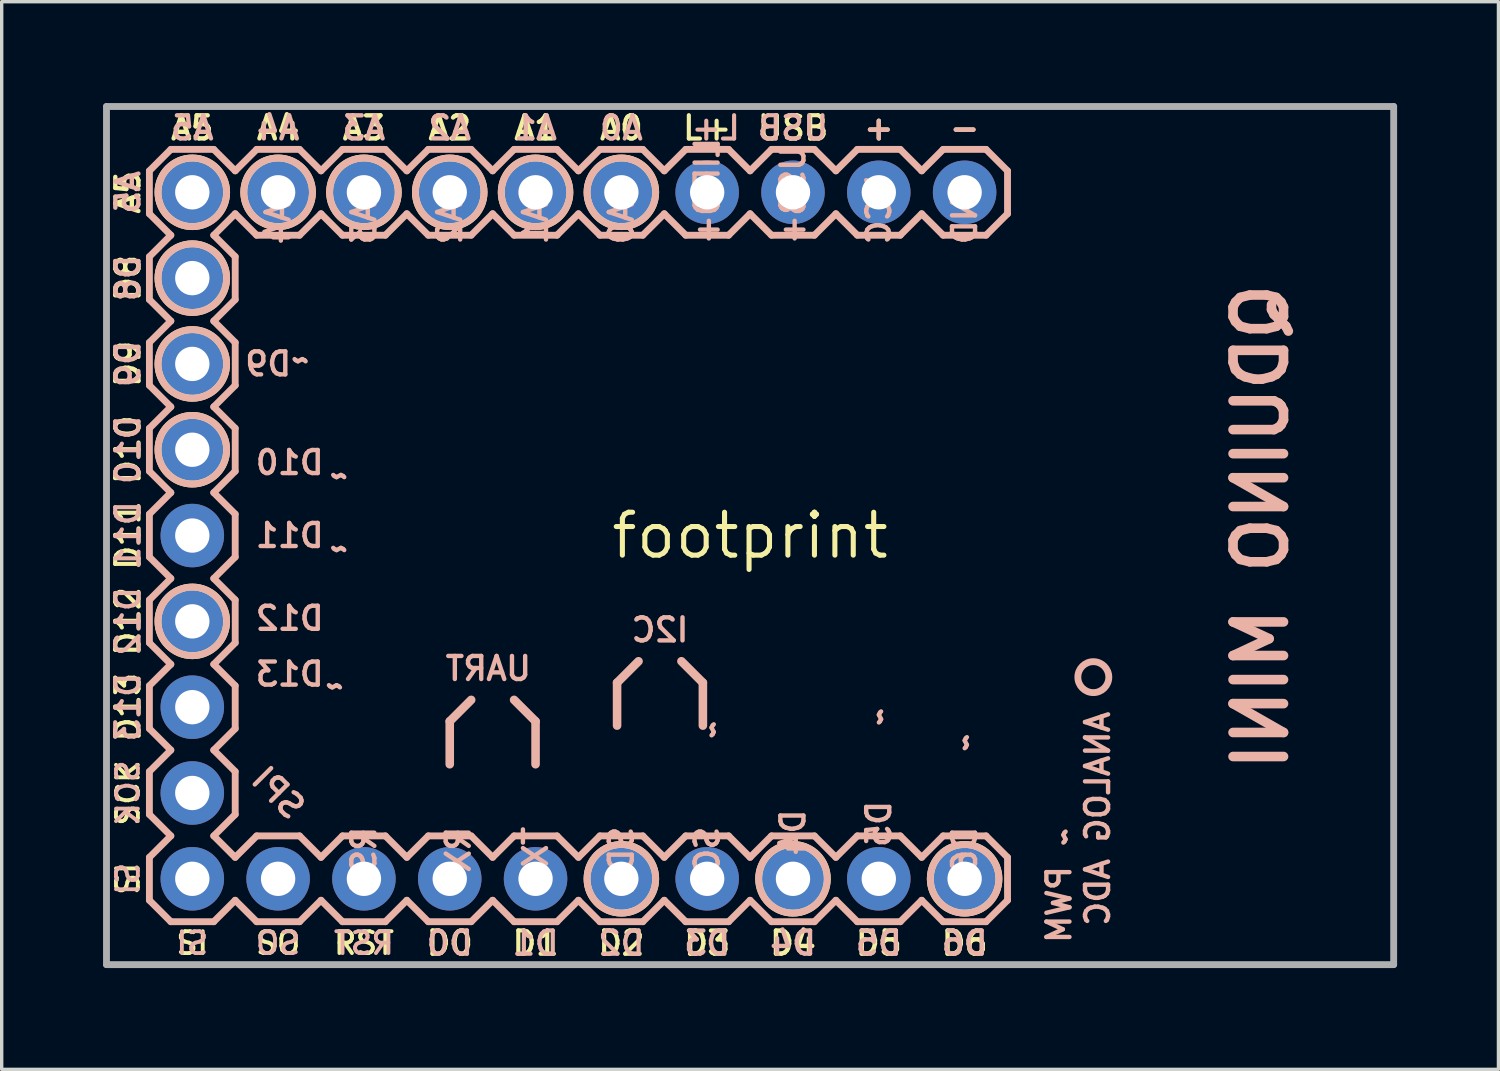
<source format=kicad_pcb>
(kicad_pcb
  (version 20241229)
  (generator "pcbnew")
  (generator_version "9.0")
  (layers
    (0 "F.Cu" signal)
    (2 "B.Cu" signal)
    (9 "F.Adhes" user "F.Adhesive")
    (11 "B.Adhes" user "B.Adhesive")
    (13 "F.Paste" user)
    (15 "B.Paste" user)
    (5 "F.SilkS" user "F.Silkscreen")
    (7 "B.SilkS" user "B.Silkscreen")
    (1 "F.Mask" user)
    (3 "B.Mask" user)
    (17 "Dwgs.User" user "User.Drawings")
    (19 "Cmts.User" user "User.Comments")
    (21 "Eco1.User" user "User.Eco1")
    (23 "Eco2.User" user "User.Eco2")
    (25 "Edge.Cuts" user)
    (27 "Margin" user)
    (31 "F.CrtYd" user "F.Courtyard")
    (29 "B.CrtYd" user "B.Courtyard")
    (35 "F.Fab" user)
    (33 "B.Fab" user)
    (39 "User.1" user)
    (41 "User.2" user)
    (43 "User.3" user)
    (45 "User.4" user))
  (footprint "footprint"
    (layer "F.Cu")
    (at 19.152 12.802)
    (property "Reference" "footprint" (at 0 0 0) (layer "F.SilkS") (effects (font (size 1.27 1.27) (thickness 0.15))))
    (fp_circle (center -16.51 -10.16) (end -15.494 -10.16) (stroke (width 0.203) (type solid)) (fill no) (layer "F.SilkS"))
    (fp_circle (center -16.51 -7.62) (end -15.494 -7.62) (stroke (width 0.203) (type solid)) (fill no) (layer "F.SilkS"))
    (fp_circle (center -16.51 -5.08) (end -15.494 -5.08) (stroke (width 0.203) (type solid)) (fill no) (layer "F.SilkS"))
    (fp_circle (center -16.51 -2.54) (end -15.494 -2.54) (stroke (width 0.203) (type solid)) (fill no) (layer "F.SilkS"))
    (fp_circle (center -16.51 2.54) (end -15.494 2.54) (stroke (width 0.203) (type solid)) (fill no) (layer "F.SilkS"))
    (fp_circle (center -13.97 -10.16) (end -12.954 -10.16) (stroke (width 0.203) (type solid)) (fill no) (layer "F.SilkS"))
    (fp_circle (center -11.43 -10.16) (end -10.414 -10.16) (stroke (width 0.203) (type solid)) (fill no) (layer "F.SilkS"))
    (fp_circle (center -8.89 -10.16) (end -7.874 -10.16) (stroke (width 0.203) (type solid)) (fill no) (layer "F.SilkS"))
    (fp_circle (center -6.35 -10.16) (end -5.334 -10.16) (stroke (width 0.203) (type solid)) (fill no) (layer "F.SilkS"))
    (fp_circle (center -3.81 -10.16) (end -2.794 -10.16) (stroke (width 0.203) (type solid)) (fill no) (layer "F.SilkS"))
    (fp_circle (center -3.81 10.16) (end -2.794 10.16) (stroke (width 0.203) (type solid)) (fill no) (layer "F.SilkS"))
    (fp_circle (center 1.27 10.16) (end 2.286 10.16) (stroke (width 0.203) (type solid)) (fill no) (layer "F.SilkS"))
    (fp_circle (center 6.35 10.16) (end 7.366 10.16) (stroke (width 0.203) (type solid)) (fill no) (layer "F.SilkS"))
    (fp_line (start -17.78 -10.795) (end -17.78 -9.525) (stroke (width 0.203) (type solid)) (layer "B.SilkS"))
    (fp_line (start -17.78 -9.525) (end -17.145 -8.89) (stroke (width 0.203) (type solid)) (layer "B.SilkS"))
    (fp_line (start -17.78 -8.255) (end -17.145 -8.89) (stroke (width 0.203) (type solid)) (layer "B.SilkS"))
    (fp_line (start -17.78 -6.985) (end -17.78 -8.255) (stroke (width 0.203) (type solid)) (layer "B.SilkS"))
    (fp_line (start -17.78 -6.985) (end -17.145 -6.35) (stroke (width 0.203) (type solid)) (layer "B.SilkS"))
    (fp_line (start -17.78 -5.715) (end -17.145 -6.35) (stroke (width 0.203) (type solid)) (layer "B.SilkS"))
    (fp_line (start -17.78 -4.445) (end -17.78 -5.715) (stroke (width 0.203) (type solid)) (layer "B.SilkS"))
    (fp_line (start -17.78 -3.175) (end -17.145 -3.81) (stroke (width 0.203) (type solid)) (layer "B.SilkS"))
    (fp_line (start -17.78 -1.905) (end -17.78 -3.175) (stroke (width 0.203) (type solid)) (layer "B.SilkS"))
    (fp_line (start -17.78 -0.635) (end -17.145 -1.27) (stroke (width 0.203) (type solid)) (layer "B.SilkS"))
    (fp_line (start -17.78 0.635) (end -17.78 -0.635) (stroke (width 0.203) (type solid)) (layer "B.SilkS"))
    (fp_line (start -17.78 0.635) (end -17.145 1.27) (stroke (width 0.203) (type solid)) (layer "B.SilkS"))
    (fp_line (start -17.78 1.905) (end -17.145 1.27) (stroke (width 0.203) (type solid)) (layer "B.SilkS"))
    (fp_line (start -17.78 3.175) (end -17.78 1.905) (stroke (width 0.203) (type solid)) (layer "B.SilkS"))
    (fp_line (start -17.78 4.445) (end -17.145 3.81) (stroke (width 0.203) (type solid)) (layer "B.SilkS"))
    (fp_line (start -17.78 5.715) (end -17.78 4.445) (stroke (width 0.203) (type solid)) (layer "B.SilkS"))
    (fp_line (start -17.78 6.985) (end -17.145 6.35) (stroke (width 0.203) (type solid)) (layer "B.SilkS"))
    (fp_line (start -17.78 8.255) (end -17.78 6.985) (stroke (width 0.203) (type solid)) (layer "B.SilkS"))
    (fp_line (start -17.78 8.255) (end -17.145 8.89) (stroke (width 0.203) (type solid)) (layer "B.SilkS"))
    (fp_line (start -17.78 9.525) (end -17.78 10.795) (stroke (width 0.203) (type solid)) (layer "B.SilkS"))
    (fp_line (start -17.78 10.795) (end -17.145 11.43) (stroke (width 0.203) (type solid)) (layer "B.SilkS"))
    (fp_line (start -17.145 -11.43) (end -17.78 -10.795) (stroke (width 0.203) (type solid)) (layer "B.SilkS"))
    (fp_line (start -17.145 -11.43) (end -15.875 -11.43) (stroke (width 0.203) (type solid)) (layer "B.SilkS"))
    (fp_line (start -17.145 -3.81) (end -17.78 -4.445) (stroke (width 0.203) (type solid)) (layer "B.SilkS"))
    (fp_line (start -17.145 -1.27) (end -17.78 -1.905) (stroke (width 0.203) (type solid)) (layer "B.SilkS"))
    (fp_line (start -17.145 3.81) (end -17.78 3.175) (stroke (width 0.203) (type solid)) (layer "B.SilkS"))
    (fp_line (start -17.145 6.35) (end -17.78 5.715) (stroke (width 0.203) (type solid)) (layer "B.SilkS"))
    (fp_line (start -17.145 8.89) (end -17.78 9.525) (stroke (width 0.203) (type solid)) (layer "B.SilkS"))
    (fp_line (start -15.875 -11.43) (end -15.24 -10.795) (stroke (width 0.203) (type solid)) (layer "B.SilkS"))
    (fp_line (start -15.875 -8.89) (end -15.24 -8.255) (stroke (width 0.203) (type solid)) (layer "B.SilkS"))
    (fp_line (start -15.875 -6.35) (end -15.24 -6.985) (stroke (width 0.203) (type solid)) (layer "B.SilkS"))
    (fp_line (start -15.875 -6.35) (end -15.24 -5.715) (stroke (width 0.203) (type solid)) (layer "B.SilkS"))
    (fp_line (start -15.875 -3.81) (end -15.24 -3.175) (stroke (width 0.203) (type solid)) (layer "B.SilkS"))
    (fp_line (start -15.875 -1.27) (end -15.24 -0.635) (stroke (width 0.203) (type solid)) (layer "B.SilkS"))
    (fp_line (start -15.875 1.27) (end -15.24 0.635) (stroke (width 0.203) (type solid)) (layer "B.SilkS"))
    (fp_line (start -15.875 1.27) (end -15.24 1.905) (stroke (width 0.203) (type solid)) (layer "B.SilkS"))
    (fp_line (start -15.875 3.81) (end -15.24 4.445) (stroke (width 0.203) (type solid)) (layer "B.SilkS"))
    (fp_line (start -15.875 6.35) (end -15.24 6.985) (stroke (width 0.203) (type solid)) (layer "B.SilkS"))
    (fp_line (start -15.875 8.89) (end -15.24 8.255) (stroke (width 0.203) (type solid)) (layer "B.SilkS"))
    (fp_line (start -15.875 8.89) (end -15.24 9.525) (stroke (width 0.203) (type solid)) (layer "B.SilkS"))
    (fp_line (start -15.875 11.43) (end -17.145 11.43) (stroke (width 0.203) (type solid)) (layer "B.SilkS"))
    (fp_line (start -15.24 -10.795) (end -14.605 -11.43) (stroke (width 0.203) (type solid)) (layer "B.SilkS"))
    (fp_line (start -15.24 -9.525) (end -15.875 -8.89) (stroke (width 0.203) (type solid)) (layer "B.SilkS"))
    (fp_line (start -15.24 -8.255) (end -15.24 -6.985) (stroke (width 0.203) (type solid)) (layer "B.SilkS"))
    (fp_line (start -15.24 -5.715) (end -15.24 -4.445) (stroke (width 0.203) (type solid)) (layer "B.SilkS"))
    (fp_line (start -15.24 -4.445) (end -15.875 -3.81) (stroke (width 0.203) (type solid)) (layer "B.SilkS"))
    (fp_line (start -15.24 -3.175) (end -15.24 -1.905) (stroke (width 0.203) (type solid)) (layer "B.SilkS"))
    (fp_line (start -15.24 -1.905) (end -15.875 -1.27) (stroke (width 0.203) (type solid)) (layer "B.SilkS"))
    (fp_line (start -15.24 -0.635) (end -15.24 0.635) (stroke (width 0.203) (type solid)) (layer "B.SilkS"))
    (fp_line (start -15.24 1.905) (end -15.24 3.175) (stroke (width 0.203) (type solid)) (layer "B.SilkS"))
    (fp_line (start -15.24 3.175) (end -15.875 3.81) (stroke (width 0.203) (type solid)) (layer "B.SilkS"))
    (fp_line (start -15.24 4.445) (end -15.24 5.715) (stroke (width 0.203) (type solid)) (layer "B.SilkS"))
    (fp_line (start -15.24 5.715) (end -15.875 6.35) (stroke (width 0.203) (type solid)) (layer "B.SilkS"))
    (fp_line (start -15.24 6.985) (end -15.24 8.255) (stroke (width 0.203) (type solid)) (layer "B.SilkS"))
    (fp_line (start -15.24 9.525) (end -14.605 8.89) (stroke (width 0.203) (type solid)) (layer "B.SilkS"))
    (fp_line (start -15.24 10.795) (end -15.875 11.43) (stroke (width 0.203) (type solid)) (layer "B.SilkS"))
    (fp_line (start -14.605 -11.43) (end -13.335 -11.43) (stroke (width 0.203) (type solid)) (layer "B.SilkS"))
    (fp_line (start -14.605 -8.89) (end -15.24 -9.525) (stroke (width 0.203) (type solid)) (layer "B.SilkS"))
    (fp_line (start -14.605 8.89) (end -13.335 8.89) (stroke (width 0.203) (type solid)) (layer "B.SilkS"))
    (fp_line (start -14.605 11.43) (end -15.24 10.795) (stroke (width 0.203) (type solid)) (layer "B.SilkS"))
    (fp_line (start -13.335 -11.43) (end -12.7 -10.795) (stroke (width 0.203) (type solid)) (layer "B.SilkS"))
    (fp_line (start -13.335 -8.89) (end -14.605 -8.89) (stroke (width 0.203) (type solid)) (layer "B.SilkS"))
    (fp_line (start -13.335 8.89) (end -12.7 9.525) (stroke (width 0.203) (type solid)) (layer "B.SilkS"))
    (fp_line (start -13.335 11.43) (end -14.605 11.43) (stroke (width 0.203) (type solid)) (layer "B.SilkS"))
    (fp_line (start -12.7 -10.795) (end -12.065 -11.43) (stroke (width 0.203) (type solid)) (layer "B.SilkS"))
    (fp_line (start -12.7 -9.525) (end -13.335 -8.89) (stroke (width 0.203) (type solid)) (layer "B.SilkS"))
    (fp_line (start -12.7 9.525) (end -12.065 8.89) (stroke (width 0.203) (type solid)) (layer "B.SilkS"))
    (fp_line (start -12.7 10.795) (end -13.335 11.43) (stroke (width 0.203) (type solid)) (layer "B.SilkS"))
    (fp_line (start -12.065 -11.43) (end -10.795 -11.43) (stroke (width 0.203) (type solid)) (layer "B.SilkS"))
    (fp_line (start -12.065 -8.89) (end -12.7 -9.525) (stroke (width 0.203) (type solid)) (layer "B.SilkS"))
    (fp_line (start -12.065 8.89) (end -10.795 8.89) (stroke (width 0.203) (type solid)) (layer "B.SilkS"))
    (fp_line (start -12.065 11.43) (end -12.7 10.795) (stroke (width 0.203) (type solid)) (layer "B.SilkS"))
    (fp_line (start -10.795 -11.43) (end -10.16 -10.795) (stroke (width 0.203) (type solid)) (layer "B.SilkS"))
    (fp_line (start -10.795 -8.89) (end -12.065 -8.89) (stroke (width 0.203) (type solid)) (layer "B.SilkS"))
    (fp_line (start -10.795 8.89) (end -10.16 9.525) (stroke (width 0.203) (type solid)) (layer "B.SilkS"))
    (fp_line (start -10.795 11.43) (end -12.065 11.43) (stroke (width 0.203) (type solid)) (layer "B.SilkS"))
    (fp_line (start -10.16 -9.525) (end -10.795 -8.89) (stroke (width 0.203) (type solid)) (layer "B.SilkS"))
    (fp_line (start -10.16 -9.525) (end -9.525 -8.89) (stroke (width 0.203) (type solid)) (layer "B.SilkS"))
    (fp_line (start -10.16 10.795) (end -10.795 11.43) (stroke (width 0.203) (type solid)) (layer "B.SilkS"))
    (fp_line (start -10.16 10.795) (end -9.525 11.43) (stroke (width 0.203) (type solid)) (layer "B.SilkS"))
    (fp_line (start -9.525 -11.43) (end -10.16 -10.795) (stroke (width 0.203) (type solid)) (layer "B.SilkS"))
    (fp_line (start -9.525 -11.43) (end -8.255 -11.43) (stroke (width 0.203) (type solid)) (layer "B.SilkS"))
    (fp_line (start -9.525 8.89) (end -10.16 9.525) (stroke (width 0.203) (type solid)) (layer "B.SilkS"))
    (fp_line (start -9.525 8.89) (end -8.255 8.89) (stroke (width 0.203) (type solid)) (layer "B.SilkS"))
    (fp_line (start -8.89 5.499) (end -8.89 6.769) (stroke (width 0.254) (type solid)) (layer "B.SilkS"))
    (fp_line (start -8.89 5.499) (end -8.255 4.864) (stroke (width 0.254) (type solid)) (layer "B.SilkS"))
    (fp_line (start -8.255 -11.43) (end -7.62 -10.795) (stroke (width 0.203) (type solid)) (layer "B.SilkS"))
    (fp_line (start -8.255 -8.89) (end -9.525 -8.89) (stroke (width 0.203) (type solid)) (layer "B.SilkS"))
    (fp_line (start -8.255 8.89) (end -7.62 9.525) (stroke (width 0.203) (type solid)) (layer "B.SilkS"))
    (fp_line (start -8.255 11.43) (end -9.525 11.43) (stroke (width 0.203) (type solid)) (layer "B.SilkS"))
    (fp_line (start -7.62 -10.795) (end -6.985 -11.43) (stroke (width 0.203) (type solid)) (layer "B.SilkS"))
    (fp_line (start -7.62 -9.525) (end -8.255 -8.89) (stroke (width 0.203) (type solid)) (layer "B.SilkS"))
    (fp_line (start -7.62 9.525) (end -6.985 8.89) (stroke (width 0.203) (type solid)) (layer "B.SilkS"))
    (fp_line (start -7.62 10.795) (end -8.255 11.43) (stroke (width 0.203) (type solid)) (layer "B.SilkS"))
    (fp_line (start -6.985 -11.43) (end -5.715 -11.43) (stroke (width 0.203) (type solid)) (layer "B.SilkS"))
    (fp_line (start -6.985 -8.89) (end -7.62 -9.525) (stroke (width 0.203) (type solid)) (layer "B.SilkS"))
    (fp_line (start -6.985 4.864) (end -6.35 5.499) (stroke (width 0.254) (type solid)) (layer "B.SilkS"))
    (fp_line (start -6.985 8.89) (end -5.715 8.89) (stroke (width 0.203) (type solid)) (layer "B.SilkS"))
    (fp_line (start -6.985 11.43) (end -7.62 10.795) (stroke (width 0.203) (type solid)) (layer "B.SilkS"))
    (fp_line (start -6.35 5.499) (end -6.35 6.769) (stroke (width 0.254) (type solid)) (layer "B.SilkS"))
    (fp_line (start -5.715 -11.43) (end -5.08 -10.795) (stroke (width 0.203) (type solid)) (layer "B.SilkS"))
    (fp_line (start -5.715 -8.89) (end -6.985 -8.89) (stroke (width 0.203) (type solid)) (layer "B.SilkS"))
    (fp_line (start -5.715 8.89) (end -5.08 9.525) (stroke (width 0.203) (type solid)) (layer "B.SilkS"))
    (fp_line (start -5.715 11.43) (end -6.985 11.43) (stroke (width 0.203) (type solid)) (layer "B.SilkS"))
    (fp_line (start -5.08 -10.795) (end -4.445 -11.43) (stroke (width 0.203) (type solid)) (layer "B.SilkS"))
    (fp_line (start -5.08 -9.525) (end -5.715 -8.89) (stroke (width 0.203) (type solid)) (layer "B.SilkS"))
    (fp_line (start -5.08 9.525) (end -4.445 8.89) (stroke (width 0.203) (type solid)) (layer "B.SilkS"))
    (fp_line (start -5.08 10.795) (end -5.715 11.43) (stroke (width 0.203) (type solid)) (layer "B.SilkS"))
    (fp_line (start -4.445 -11.43) (end -3.175 -11.43) (stroke (width 0.203) (type solid)) (layer "B.SilkS"))
    (fp_line (start -4.445 -8.89) (end -5.08 -9.525) (stroke (width 0.203) (type solid)) (layer "B.SilkS"))
    (fp_line (start -4.445 8.89) (end -3.175 8.89) (stroke (width 0.203) (type solid)) (layer "B.SilkS"))
    (fp_line (start -4.445 11.43) (end -5.08 10.795) (stroke (width 0.203) (type solid)) (layer "B.SilkS"))
    (fp_line (start -3.937 4.356) (end -3.302 3.721) (stroke (width 0.254) (type solid)) (layer "B.SilkS"))
    (fp_line (start -3.937 5.626) (end -3.937 4.356) (stroke (width 0.254) (type solid)) (layer "B.SilkS"))
    (fp_line (start -3.175 -11.43) (end -2.54 -10.795) (stroke (width 0.203) (type solid)) (layer "B.SilkS"))
    (fp_line (start -3.175 -8.89) (end -4.445 -8.89) (stroke (width 0.203) (type solid)) (layer "B.SilkS"))
    (fp_line (start -3.175 8.89) (end -2.54 9.525) (stroke (width 0.203) (type solid)) (layer "B.SilkS"))
    (fp_line (start -3.175 11.43) (end -4.445 11.43) (stroke (width 0.203) (type solid)) (layer "B.SilkS"))
    (fp_line (start -2.54 -9.525) (end -3.175 -8.89) (stroke (width 0.203) (type solid)) (layer "B.SilkS"))
    (fp_line (start -2.54 -9.525) (end -1.905 -8.89) (stroke (width 0.203) (type solid)) (layer "B.SilkS"))
    (fp_line (start -2.54 10.795) (end -3.175 11.43) (stroke (width 0.203) (type solid)) (layer "B.SilkS"))
    (fp_line (start -2.54 10.795) (end -1.905 11.43) (stroke (width 0.203) (type solid)) (layer "B.SilkS"))
    (fp_line (start -2.032 3.721) (end -1.397 4.356) (stroke (width 0.254) (type solid)) (layer "B.SilkS"))
    (fp_line (start -1.905 -11.43) (end -2.54 -10.795) (stroke (width 0.203) (type solid)) (layer "B.SilkS"))
    (fp_line (start -1.905 -11.43) (end -0.635 -11.43) (stroke (width 0.203) (type solid)) (layer "B.SilkS"))
    (fp_line (start -1.905 8.89) (end -2.54 9.525) (stroke (width 0.203) (type solid)) (layer "B.SilkS"))
    (fp_line (start -1.905 8.89) (end -0.635 8.89) (stroke (width 0.203) (type solid)) (layer "B.SilkS"))
    (fp_line (start -1.397 4.356) (end -1.397 5.626) (stroke (width 0.254) (type solid)) (layer "B.SilkS"))
    (fp_line (start -0.635 -11.43) (end 0 -10.795) (stroke (width 0.203) (type solid)) (layer "B.SilkS"))
    (fp_line (start -0.635 -8.89) (end -1.905 -8.89) (stroke (width 0.203) (type solid)) (layer "B.SilkS"))
    (fp_line (start -0.635 8.89) (end 0 9.525) (stroke (width 0.203) (type solid)) (layer "B.SilkS"))
    (fp_line (start -0.635 11.43) (end -1.905 11.43) (stroke (width 0.203) (type solid)) (layer "B.SilkS"))
    (fp_line (start 0 -9.525) (end -0.635 -8.89) (stroke (width 0.203) (type solid)) (layer "B.SilkS"))
    (fp_line (start 0 -9.525) (end 0.635 -8.89) (stroke (width 0.203) (type solid)) (layer "B.SilkS"))
    (fp_line (start 0 10.795) (end -0.635 11.43) (stroke (width 0.203) (type solid)) (layer "B.SilkS"))
    (fp_line (start 0 10.795) (end 0.635 11.43) (stroke (width 0.203) (type solid)) (layer "B.SilkS"))
    (fp_line (start 0.635 -11.43) (end 0 -10.795) (stroke (width 0.203) (type solid)) (layer "B.SilkS"))
    (fp_line (start 0.635 -11.43) (end 1.905 -11.43) (stroke (width 0.203) (type solid)) (layer "B.SilkS"))
    (fp_line (start 0.635 8.89) (end 0 9.525) (stroke (width 0.203) (type solid)) (layer "B.SilkS"))
    (fp_line (start 0.635 8.89) (end 1.905 8.89) (stroke (width 0.203) (type solid)) (layer "B.SilkS"))
    (fp_line (start 1.905 -11.43) (end 2.54 -10.795) (stroke (width 0.203) (type solid)) (layer "B.SilkS"))
    (fp_line (start 1.905 -8.89) (end 0.635 -8.89) (stroke (width 0.203) (type solid)) (layer "B.SilkS"))
    (fp_line (start 1.905 8.89) (end 2.54 9.525) (stroke (width 0.203) (type solid)) (layer "B.SilkS"))
    (fp_line (start 1.905 11.43) (end 0.635 11.43) (stroke (width 0.203) (type solid)) (layer "B.SilkS"))
    (fp_line (start 2.54 -9.525) (end 1.905 -8.89) (stroke (width 0.203) (type solid)) (layer "B.SilkS"))
    (fp_line (start 2.54 -9.525) (end 3.175 -8.89) (stroke (width 0.203) (type solid)) (layer "B.SilkS"))
    (fp_line (start 2.54 10.795) (end 1.905 11.43) (stroke (width 0.203) (type solid)) (layer "B.SilkS"))
    (fp_line (start 2.54 10.795) (end 3.175 11.43) (stroke (width 0.203) (type solid)) (layer "B.SilkS"))
    (fp_line (start 3.175 -11.43) (end 2.54 -10.795) (stroke (width 0.203) (type solid)) (layer "B.SilkS"))
    (fp_line (start 3.175 -11.43) (end 4.445 -11.43) (stroke (width 0.203) (type solid)) (layer "B.SilkS"))
    (fp_line (start 3.175 8.89) (end 2.54 9.525) (stroke (width 0.203) (type solid)) (layer "B.SilkS"))
    (fp_line (start 3.175 8.89) (end 4.445 8.89) (stroke (width 0.203) (type solid)) (layer "B.SilkS"))
    (fp_line (start 4.445 -11.43) (end 5.08 -10.795) (stroke (width 0.203) (type solid)) (layer "B.SilkS"))
    (fp_line (start 4.445 -8.89) (end 3.175 -8.89) (stroke (width 0.203) (type solid)) (layer "B.SilkS"))
    (fp_line (start 4.445 8.89) (end 5.08 9.525) (stroke (width 0.203) (type solid)) (layer "B.SilkS"))
    (fp_line (start 4.445 11.43) (end 3.175 11.43) (stroke (width 0.203) (type solid)) (layer "B.SilkS"))
    (fp_line (start 5.08 -9.525) (end 4.445 -8.89) (stroke (width 0.203) (type solid)) (layer "B.SilkS"))
    (fp_line (start 5.08 -9.525) (end 5.715 -8.89) (stroke (width 0.203) (type solid)) (layer "B.SilkS"))
    (fp_line (start 5.08 10.795) (end 4.445 11.43) (stroke (width 0.203) (type solid)) (layer "B.SilkS"))
    (fp_line (start 5.08 10.795) (end 5.715 11.43) (stroke (width 0.203) (type solid)) (layer "B.SilkS"))
    (fp_line (start 5.715 -11.43) (end 5.08 -10.795) (stroke (width 0.203) (type solid)) (layer "B.SilkS"))
    (fp_line (start 5.715 -11.43) (end 6.985 -11.43) (stroke (width 0.203) (type solid)) (layer "B.SilkS"))
    (fp_line (start 5.715 8.89) (end 5.08 9.525) (stroke (width 0.203) (type solid)) (layer "B.SilkS"))
    (fp_line (start 5.715 8.89) (end 6.985 8.89) (stroke (width 0.203) (type solid)) (layer "B.SilkS"))
    (fp_line (start 6.985 -11.43) (end 7.62 -10.795) (stroke (width 0.203) (type solid)) (layer "B.SilkS"))
    (fp_line (start 6.985 -8.89) (end 5.715 -8.89) (stroke (width 0.203) (type solid)) (layer "B.SilkS"))
    (fp_line (start 6.985 8.89) (end 7.62 9.525) (stroke (width 0.203) (type solid)) (layer "B.SilkS"))
    (fp_line (start 6.985 11.43) (end 5.715 11.43) (stroke (width 0.203) (type solid)) (layer "B.SilkS"))
    (fp_line (start 7.62 -10.795) (end 7.62 -9.525) (stroke (width 0.203) (type solid)) (layer "B.SilkS"))
    (fp_line (start 7.62 -9.525) (end 6.985 -8.89) (stroke (width 0.203) (type solid)) (layer "B.SilkS"))
    (fp_line (start 7.62 9.525) (end 7.62 10.795) (stroke (width 0.203) (type solid)) (layer "B.SilkS"))
    (fp_line (start 7.62 10.795) (end 6.985 11.43) (stroke (width 0.203) (type solid)) (layer "B.SilkS"))
    (fp_circle (center -16.51 -10.16) (end -15.494 -10.16) (stroke (width 0.203) (type solid)) (fill no) (layer "B.SilkS"))
    (fp_circle (center -16.51 -7.62) (end -15.494 -7.62) (stroke (width 0.203) (type solid)) (fill no) (layer "B.SilkS"))
    (fp_circle (center -16.51 -5.08) (end -15.494 -5.08) (stroke (width 0.203) (type solid)) (fill no) (layer "B.SilkS"))
    (fp_circle (center -16.51 -2.54) (end -15.494 -2.54) (stroke (width 0.203) (type solid)) (fill no) (layer "B.SilkS"))
    (fp_circle (center -16.51 2.54) (end -15.494 2.54) (stroke (width 0.203) (type solid)) (fill no) (layer "B.SilkS"))
    (fp_circle (center -13.97 -10.16) (end -12.954 -10.16) (stroke (width 0.203) (type solid)) (fill no) (layer "B.SilkS"))
    (fp_circle (center -11.43 -10.16) (end -10.414 -10.16) (stroke (width 0.203) (type solid)) (fill no) (layer "B.SilkS"))
    (fp_circle (center -8.89 -10.16) (end -7.874 -10.16) (stroke (width 0.203) (type solid)) (fill no) (layer "B.SilkS"))
    (fp_circle (center -6.35 -10.16) (end -5.334 -10.16) (stroke (width 0.203) (type solid)) (fill no) (layer "B.SilkS"))
    (fp_circle (center -3.81 -10.16) (end -2.794 -10.16) (stroke (width 0.203) (type solid)) (fill no) (layer "B.SilkS"))
    (fp_circle (center -3.81 10.16) (end -2.794 10.16) (stroke (width 0.203) (type solid)) (fill no) (layer "B.SilkS"))
    (fp_circle (center 1.27 10.16) (end 2.286 10.16) (stroke (width 0.203) (type solid)) (fill no) (layer "B.SilkS"))
    (fp_circle (center 6.35 10.16) (end 7.366 10.16) (stroke (width 0.203) (type solid)) (fill no) (layer "B.SilkS"))
    (fp_circle (center 10.16 4.191) (end 10.618 4.191) (stroke (width 0.203) (type solid)) (fill no) (layer "B.SilkS"))
    (fp_line (start -19.05 -12.7) (end -19.05 12.7) (stroke (width 0.203) (type solid)) (layer "F.Fab"))
    (fp_line (start -19.05 12.7) (end 19.05 12.7) (stroke (width 0.203) (type solid)) (layer "F.Fab"))
    (fp_line (start 19.05 -12.7) (end -19.05 -12.7) (stroke (width 0.203) (type solid)) (layer "F.Fab"))
    (fp_line (start 19.05 12.7) (end 19.05 -12.7) (stroke (width 0.203) (type solid)) (layer "F.Fab"))
    (fp_poly (pts (xy -16.764 -9.906) (xy -16.256 -9.906) (xy -16.256 -10.414) (xy -16.764 -10.414)) (stroke (width 0.1) (type solid)) (fill no) (layer "F.Fab"))
    (fp_poly (pts (xy -16.764 10.414) (xy -16.256 10.414) (xy -16.256 9.906) (xy -16.764 9.906)) (stroke (width 0.1) (type solid)) (fill no) (layer "F.Fab"))
    (fp_poly (pts (xy -16.256 -7.366) (xy -16.256 -7.874) (xy -16.764 -7.874) (xy -16.764 -7.366)) (stroke (width 0.1) (type solid)) (fill no) (layer "F.Fab"))
    (fp_poly (pts (xy -16.256 -4.826) (xy -16.256 -5.334) (xy -16.764 -5.334) (xy -16.764 -4.826)) (stroke (width 0.1) (type solid)) (fill no) (layer "F.Fab"))
    (fp_poly (pts (xy -16.256 -2.286) (xy -16.256 -2.794) (xy -16.764 -2.794) (xy -16.764 -2.286)) (stroke (width 0.1) (type solid)) (fill no) (layer "F.Fab"))
    (fp_poly (pts (xy -16.256 0.254) (xy -16.256 -0.254) (xy -16.764 -0.254) (xy -16.764 0.254)) (stroke (width 0.1) (type solid)) (fill no) (layer "F.Fab"))
    (fp_poly (pts (xy -16.256 2.794) (xy -16.256 2.286) (xy -16.764 2.286) (xy -16.764 2.794)) (stroke (width 0.1) (type solid)) (fill no) (layer "F.Fab"))
    (fp_poly (pts (xy -16.256 5.334) (xy -16.256 4.826) (xy -16.764 4.826) (xy -16.764 5.334)) (stroke (width 0.1) (type solid)) (fill no) (layer "F.Fab"))
    (fp_poly (pts (xy -16.256 7.874) (xy -16.256 7.366) (xy -16.764 7.366) (xy -16.764 7.874)) (stroke (width 0.1) (type solid)) (fill no) (layer "F.Fab"))
    (fp_poly (pts (xy -14.224 -9.906) (xy -13.716 -9.906) (xy -13.716 -10.414) (xy -14.224 -10.414)) (stroke (width 0.1) (type solid)) (fill no) (layer "F.Fab"))
    (fp_poly (pts (xy -14.224 10.414) (xy -13.716 10.414) (xy -13.716 9.906) (xy -14.224 9.906)) (stroke (width 0.1) (type solid)) (fill no) (layer "F.Fab"))
    (fp_poly (pts (xy -11.684 -9.906) (xy -11.176 -9.906) (xy -11.176 -10.414) (xy -11.684 -10.414)) (stroke (width 0.1) (type solid)) (fill no) (layer "F.Fab"))
    (fp_poly (pts (xy -11.684 10.414) (xy -11.176 10.414) (xy -11.176 9.906) (xy -11.684 9.906)) (stroke (width 0.1) (type solid)) (fill no) (layer "F.Fab"))
    (fp_poly (pts (xy -9.144 -9.906) (xy -8.636 -9.906) (xy -8.636 -10.414) (xy -9.144 -10.414)) (stroke (width 0.1) (type solid)) (fill no) (layer "F.Fab"))
    (fp_poly (pts (xy -9.144 10.414) (xy -8.636 10.414) (xy -8.636 9.906) (xy -9.144 9.906)) (stroke (width 0.1) (type solid)) (fill no) (layer "F.Fab"))
    (fp_poly (pts (xy -6.604 -9.906) (xy -6.096 -9.906) (xy -6.096 -10.414) (xy -6.604 -10.414)) (stroke (width 0.1) (type solid)) (fill no) (layer "F.Fab"))
    (fp_poly (pts (xy -6.604 10.414) (xy -6.096 10.414) (xy -6.096 9.906) (xy -6.604 9.906)) (stroke (width 0.1) (type solid)) (fill no) (layer "F.Fab"))
    (fp_poly (pts (xy -4.064 -9.906) (xy -3.556 -9.906) (xy -3.556 -10.414) (xy -4.064 -10.414)) (stroke (width 0.1) (type solid)) (fill no) (layer "F.Fab"))
    (fp_poly (pts (xy -4.064 10.414) (xy -3.556 10.414) (xy -3.556 9.906) (xy -4.064 9.906)) (stroke (width 0.1) (type solid)) (fill no) (layer "F.Fab"))
    (fp_poly (pts (xy -1.524 -9.906) (xy -1.016 -9.906) (xy -1.016 -10.414) (xy -1.524 -10.414)) (stroke (width 0.1) (type solid)) (fill no) (layer "F.Fab"))
    (fp_poly (pts (xy -1.524 10.414) (xy -1.016 10.414) (xy -1.016 9.906) (xy -1.524 9.906)) (stroke (width 0.1) (type solid)) (fill no) (layer "F.Fab"))
    (fp_poly (pts (xy 1.016 -9.906) (xy 1.524 -9.906) (xy 1.524 -10.414) (xy 1.016 -10.414)) (stroke (width 0.1) (type solid)) (fill no) (layer "F.Fab"))
    (fp_poly (pts (xy 1.016 10.414) (xy 1.524 10.414) (xy 1.524 9.906) (xy 1.016 9.906)) (stroke (width 0.1) (type solid)) (fill no) (layer "F.Fab"))
    (fp_poly (pts (xy 3.556 -9.906) (xy 4.064 -9.906) (xy 4.064 -10.414) (xy 3.556 -10.414)) (stroke (width 0.1) (type solid)) (fill no) (layer "F.Fab"))
    (fp_poly (pts (xy 3.556 10.414) (xy 4.064 10.414) (xy 4.064 9.906) (xy 3.556 9.906)) (stroke (width 0.1) (type solid)) (fill no) (layer "F.Fab"))
    (fp_poly (pts (xy 6.096 -9.906) (xy 6.604 -9.906) (xy 6.604 -10.414) (xy 6.096 -10.414)) (stroke (width 0.1) (type solid)) (fill no) (layer "F.Fab"))
    (fp_poly (pts (xy 6.096 10.414) (xy 6.604 10.414) (xy 6.604 9.906) (xy 6.096 9.906)) (stroke (width 0.1) (type solid)) (fill no) (layer "F.Fab"))
    (fp_text user "D10" (at -18.415 -2.54 270) (layer "F.SilkS") (effects (font (size 0.691 0.691) (thickness 0.122))))
    (fp_text user "A5" (at -18.415 -10.16 270) (layer "F.SilkS") (effects (font (size 0.683 0.683) (thickness 0.13))))
    (fp_text user "SI" (at -18.415 10.16 270) (layer "F.SilkS") (effects (font (size 0.648 0.648) (thickness 0.114))))
    (fp_text user "L+" (at -1.27 -12.065 180) (layer "F.SilkS") (effects (font (size 0.691 0.691) (thickness 0.122))))
    (fp_text user "D12" (at -18.415 2.54 270) (layer "F.SilkS") (effects (font (size 0.691 0.691) (thickness 0.122))))
    (fp_text user "D11" (at -18.415 0 270) (layer "F.SilkS") (effects (font (size 0.691 0.691) (thickness 0.122))))
    (fp_text user "D9" (at -18.415 -5.08 270) (layer "F.SilkS") (effects (font (size 0.683 0.683) (thickness 0.13))))
    (fp_text user "A3" (at -11.43 -12.065 180) (layer "F.SilkS") (effects (font (size 0.683 0.683) (thickness 0.13))))
    (fp_text user "A4" (at -13.97 -12.065 180) (layer "F.SilkS") (effects (font (size 0.683 0.683) (thickness 0.13))))
    (fp_text user "A0" (at -3.81 -12.065 180) (layer "F.SilkS") (effects (font (size 0.691 0.691) (thickness 0.122))))
    (fp_text user "D5" (at 3.81 12.065 0) (layer "F.SilkS") (effects (font (size 0.683 0.683) (thickness 0.13))))
    (fp_text user "A5" (at -16.51 -12.065 180) (layer "F.SilkS") (effects (font (size 0.683 0.683) (thickness 0.13))))
    (fp_text user "D13" (at -18.415 5.08 270) (layer "F.SilkS") (effects (font (size 0.691 0.691) (thickness 0.122))))
    (fp_text user "D2" (at -3.81 12.065 0) (layer "F.SilkS") (effects (font (size 0.691 0.691) (thickness 0.122))))
    (fp_text user "RST" (at -11.43 12.065 0) (layer "F.SilkS") (effects (font (size 0.648 0.648) (thickness 0.114))))
    (fp_text user "D0" (at -8.89 12.065 0) (layer "F.SilkS") (effects (font (size 0.691 0.691) (thickness 0.122))))
    (fp_text user "SO" (at -13.97 12.065 0) (layer "F.SilkS") (effects (font (size 0.648 0.648) (thickness 0.114))))
    (fp_text user "SCK" (at -18.415 7.62 270) (layer "F.SilkS") (effects (font (size 0.648 0.648) (thickness 0.114))))
    (fp_text user "A1" (at -6.35 -12.065 180) (layer "F.SilkS") (effects (font (size 0.683 0.683) (thickness 0.13))))
    (fp_text user "USB" (at 1.27 -12.065 180) (layer "F.SilkS") (effects (font (size 0.691 0.691) (thickness 0.122))))
    (fp_text user "D6" (at 6.35 12.065 0) (layer "F.SilkS") (effects (font (size 0.683 0.683) (thickness 0.13))))
    (fp_text user "D8" (at -18.415 -7.62 270) (layer "F.SilkS") (effects (font (size 0.683 0.683) (thickness 0.13))))
    (fp_text user "SI" (at -16.51 12.065 0) (layer "F.SilkS") (effects (font (size 0.648 0.648) (thickness 0.114))))
    (fp_text user "D4" (at 1.27 12.065 0) (layer "F.SilkS") (effects (font (size 0.683 0.683) (thickness 0.13))))
    (fp_text user "-" (at 6.35 -12.065 180) (layer "F.SilkS") (effects (font (size 0.683 0.683) (thickness 0.13))))
    (fp_text user "D3" (at -1.27 12.065 0) (layer "F.SilkS") (effects (font (size 0.683 0.683) (thickness 0.13))))
    (fp_text user "D1" (at -6.35 12.065 0) (layer "F.SilkS") (effects (font (size 0.691 0.691) (thickness 0.122))))
    (fp_text user "A2" (at -8.89 -12.065 180) (layer "F.SilkS") (effects (font (size 0.683 0.683) (thickness 0.13))))
    (fp_text user "+" (at 3.81 -12.065 180) (layer "F.SilkS") (effects (font (size 0.683 0.683) (thickness 0.13))))
    (fp_text user "I2C" (at -2.667 2.794 0) (layer "B.SilkS") (effects (font (size 0.683 0.683) (thickness 0.13)) (justify mirror)))
    (fp_text user "~" (at -12.192 -1.778 0) (layer "B.SilkS") (effects (font (size 0.683 0.683) (thickness 0.13)) (justify mirror)))
    (fp_text user "~" (at -1.524 6.096 270) (layer "B.SilkS") (effects (font (size 0.683 0.683) (thickness 0.13)) (justify right top mirror)))
    (fp_text user "LIPO+" (at -1.27 -8.547 270) (layer "B.SilkS") (effects (font (size 0.683 0.683) (thickness 0.13)) (justify right mirror)))
    (fp_text user "~" (at -12.192 0.381 0) (layer "B.SilkS") (effects (font (size 0.683 0.683) (thickness 0.13)) (justify mirror)))
    (fp_text user "SPI" (at -13.97 7.62 315) (layer "B.SilkS") (effects (font (size 0.683 0.683) (thickness 0.13)) (justify mirror)))
    (fp_text user "~" (at 3.429 5.715 270) (layer "B.SilkS") (effects (font (size 0.683 0.683) (thickness 0.13)) (justify right top mirror)))
    (fp_text user "D12" (at -13.627 2.451 180) (layer "B.SilkS") (effects (font (size 0.683 0.683) (thickness 0.13)) (justify mirror)))
    (fp_text user "D9" (at -14.262 -5.08 180) (layer "B.SilkS") (effects (font (size 0.683 0.683) (thickness 0.13)) (justify mirror)))
    (fp_text user "D5" (at 3.81 7.785 270) (layer "B.SilkS") (effects (font (size 0.683 0.683) (thickness 0.13)) (justify left mirror)))
    (fp_text user "SI" (at -18.415 10.16 270) (layer "B.SilkS") (effects (font (size 0.648 0.648) (thickness 0.114)) (justify mirror)))
    (fp_text user "USB+" (at 1.27 -8.547 270) (layer "B.SilkS") (effects (font (size 0.683 0.683) (thickness 0.13)) (justify right mirror)))
    (fp_text user "D11" (at -13.627 0 180) (layer "B.SilkS") (effects (font (size 0.683 0.683) (thickness 0.13)) (justify mirror)))
    (fp_text user "SDA" (at -3.81 8.547 270) (layer "B.SilkS") (effects (font (size 0.683 0.683) (thickness 0.13)) (justify left mirror)))
    (fp_text user "D4" (at 1.27 12.065 0) (layer "B.SilkS") (effects (font (size 0.683 0.683) (thickness 0.13)) (justify mirror)))
    (fp_text user "PWM" (at 9.144 10.922 270) (layer "B.SilkS") (effects (font (size 0.683 0.683) (thickness 0.13)) (justify mirror)))
    (fp_text user "D2" (at -3.81 12.065 0) (layer "B.SilkS") (effects (font (size 0.691 0.691) (thickness 0.122)) (justify mirror)))
    (fp_text user "D4" (at 1.27 8.039 270) (layer "B.SilkS") (effects (font (size 0.683 0.683) (thickness 0.13)) (justify left mirror)))
    (fp_text user "D6" (at 6.35 8.547 270) (layer "B.SilkS") (effects (font (size 0.683 0.683) (thickness 0.13)) (justify left mirror)))
    (fp_text user "VCC" (at 3.81 -8.547 270) (layer "B.SilkS") (effects (font (size 0.683 0.683) (thickness 0.13)) (justify right mirror)))
    (fp_text user "~" (at -13.335 -5.207 0) (layer "B.SilkS") (effects (font (size 0.683 0.683) (thickness 0.13)) (justify mirror)))
    (fp_text user "~" (at 5.969 6.477 270) (layer "B.SilkS") (effects (font (size 0.683 0.683) (thickness 0.13)) (justify right top mirror)))
    (fp_text user "A1" (at -6.35 -12.065 180) (layer "B.SilkS") (effects (font (size 0.683 0.683) (thickness 0.13)) (justify mirror)))
    (fp_text user "RST" (at -11.43 12.065 0) (layer "B.SilkS") (effects (font (size 0.648 0.648) (thickness 0.114)) (justify mirror)))
    (fp_text user "A1" (at -6.35 -8.547 270) (layer "B.SilkS") (effects (font (size 0.683 0.683) (thickness 0.13)) (justify right mirror)))
    (fp_text user "A0" (at -3.81 -8.547 270) (layer "B.SilkS") (effects (font (size 0.683 0.683) (thickness 0.13)) (justify right mirror)))
    (fp_text user "GND" (at 6.35 -8.547 270) (layer "B.SilkS") (effects (font (size 0.683 0.683) (thickness 0.13)) (justify right mirror)))
    (fp_text user "A5" (at -16.51 -12.065 180) (layer "B.SilkS") (effects (font (size 0.683 0.683) (thickness 0.13)) (justify mirror)))
    (fp_text user "SCK" (at -18.415 7.62 270) (layer "B.SilkS") (effects (font (size 0.648 0.648) (thickness 0.114)) (justify mirror)))
    (fp_text user "RX" (at -8.636 8.547 270) (layer "B.SilkS") (effects (font (size 0.683 0.683) (thickness 0.13)) (justify left mirror)))
    (fp_text user "L+" (at -1.016 -12.065 180) (layer "B.SilkS") (effects (font (size 0.691 0.691) (thickness 0.122)) (justify mirror)))
    (fp_text user "SCL" (at -1.27 8.547 270) (layer "B.SilkS") (effects (font (size 0.683 0.683) (thickness 0.13)) (justify left mirror)))
    (fp_text user "-" (at 6.35 -12.065 180) (layer "B.SilkS") (effects (font (size 0.683 0.683) (thickness 0.13)) (justify mirror)))
    (fp_text user "D13" (at -18.415 5.08 270) (layer "B.SilkS") (effects (font (size 0.691 0.691) (thickness 0.122)) (justify mirror)))
    (fp_text user "D12" (at -18.415 2.54 270) (layer "B.SilkS") (effects (font (size 0.691 0.691) (thickness 0.122)) (justify mirror)))
    (fp_text user "D9" (at -18.415 -5.08 270) (layer "B.SilkS") (effects (font (size 0.683 0.683) (thickness 0.13)) (justify mirror)))
    (fp_text user "RST" (at -11.43 8.547 270) (layer "B.SilkS") (effects (font (size 0.683 0.683) (thickness 0.13)) (justify left mirror)))
    (fp_text user "SO" (at -13.97 12.065 0) (layer "B.SilkS") (effects (font (size 0.648 0.648) (thickness 0.114)) (justify mirror)))
    (fp_text user "UART" (at -7.747 3.937 0) (layer "B.SilkS") (effects (font (size 0.683 0.683) (thickness 0.13)) (justify mirror)))
    (fp_text user "D0" (at -8.89 12.065 0) (layer "B.SilkS") (effects (font (size 0.691 0.691) (thickness 0.122)) (justify mirror)))
    (fp_text user "D11" (at -18.415 0 270) (layer "B.SilkS") (effects (font (size 0.691 0.691) (thickness 0.122)) (justify mirror)))
    (fp_text user "QDUINO MINI" (at 15.113 -0.254 270) (layer "B.SilkS") (effects (font (size 1.494 1.494) (thickness 0.284)) (justify mirror)))
    (fp_text user "+" (at 3.81 -12.065 180) (layer "B.SilkS") (effects (font (size 0.683 0.683) (thickness 0.13)) (justify mirror)))
    (fp_text user "D6" (at 6.35 12.065 0) (layer "B.SilkS") (effects (font (size 0.683 0.683) (thickness 0.13)) (justify mirror)))
    (fp_text user "A3" (at -11.43 -12.065 180) (layer "B.SilkS") (effects (font (size 0.683 0.683) (thickness 0.13)) (justify mirror)))
    (fp_text user "D5" (at 3.81 12.065 0) (layer "B.SilkS") (effects (font (size 0.683 0.683) (thickness 0.13)) (justify mirror)))
    (fp_text user "A2" (at -8.89 -12.065 180) (layer "B.SilkS") (effects (font (size 0.683 0.683) (thickness 0.13)) (justify mirror)))
    (fp_text user "D10" (at -18.415 -2.54 270) (layer "B.SilkS") (effects (font (size 0.691 0.691) (thickness 0.122)) (justify mirror)))
    (fp_text user "D10" (at -13.627 -2.159 180) (layer "B.SilkS") (effects (font (size 0.683 0.683) (thickness 0.13)) (justify mirror)))
    (fp_text user "D13" (at -13.627 4.102 180) (layer "B.SilkS") (effects (font (size 0.683 0.683) (thickness 0.13)) (justify mirror)))
    (fp_text user "~" (at -12.319 4.445 0) (layer "B.SilkS") (effects (font (size 0.683 0.683) (thickness 0.13)) (justify mirror)))
    (fp_text user "A4" (at -13.97 -12.065 180) (layer "B.SilkS") (effects (font (size 0.683 0.683) (thickness 0.13)) (justify mirror)))
    (fp_text user "~" (at 8.89 9.271 270) (layer "B.SilkS") (effects (font (size 0.683 0.683) (thickness 0.13)) (justify right top mirror)))
    (fp_text user "A4" (at -13.97 -8.547 270) (layer "B.SilkS") (effects (font (size 0.683 0.683) (thickness 0.13)) (justify right mirror)))
    (fp_text user "SI" (at -16.51 12.065 0) (layer "B.SilkS") (effects (font (size 0.648 0.648) (thickness 0.114)) (justify mirror)))
    (fp_text user "ANALOG ADC" (at 10.287 8.382 270) (layer "B.SilkS") (effects (font (size 0.683 0.683) (thickness 0.13)) (justify mirror)))
    (fp_text user "D3" (at -1.27 12.065 0) (layer "B.SilkS") (effects (font (size 0.683 0.683) (thickness 0.13)) (justify mirror)))
    (fp_text user "A5" (at -18.415 -10.16 270) (layer "B.SilkS") (effects (font (size 0.683 0.683) (thickness 0.13)) (justify mirror)))
    (fp_text user "USB" (at 1.27 -12.065 180) (layer "B.SilkS") (effects (font (size 0.691 0.691) (thickness 0.122)) (justify mirror)))
    (fp_text user "A0" (at -3.81 -12.065 180) (layer "B.SilkS") (effects (font (size 0.691 0.691) (thickness 0.122)) (justify mirror)))
    (fp_text user "A2" (at -8.89 -8.547 270) (layer "B.SilkS") (effects (font (size 0.683 0.683) (thickness 0.13)) (justify right mirror)))
    (fp_text user "D8" (at -18.415 -7.62 270) (layer "B.SilkS") (effects (font (size 0.683 0.683) (thickness 0.13)) (justify mirror)))
    (fp_text user "A3" (at -11.43 -8.547 270) (layer "B.SilkS") (effects (font (size 0.683 0.683) (thickness 0.13)) (justify right mirror)))
    (fp_text user "TX" (at -6.35 8.547 270) (layer "B.SilkS") (effects (font (size 0.683 0.683) (thickness 0.13)) (justify left mirror)))
    (fp_text user "D1" (at -6.35 12.065 0) (layer "B.SilkS") (effects (font (size 0.691 0.691) (thickness 0.122)) (justify mirror)))
    (pad "A0" thru_hole circle (at -3.81 -10.16 90) (size 1.88 1.88) (drill 1.016) (layers "*.Cu" "*.Mask"))
    (pad "A1" thru_hole circle (at -6.35 -10.16 90) (size 1.88 1.88) (drill 1.016) (layers "*.Cu" "*.Mask"))
    (pad "A2" thru_hole circle (at -8.89 -10.16 90) (size 1.88 1.88) (drill 1.016) (layers "*.Cu" "*.Mask"))
    (pad "A3" thru_hole circle (at -11.43 -10.16 90) (size 1.88 1.88) (drill 1.016) (layers "*.Cu" "*.Mask"))
    (pad "A4" thru_hole circle (at -13.97 -10.16 90) (size 1.88 1.88) (drill 1.016) (layers "*.Cu" "*.Mask"))
    (pad "A5" thru_hole circle (at -16.51 -10.16 90) (size 1.88 1.88) (drill 1.016) (layers "*.Cu" "*.Mask"))
    (pad "D0" thru_hole circle (at -8.89 10.16 90) (size 1.88 1.88) (drill 1.016) (layers "*.Cu" "*.Mask"))
    (pad "D1" thru_hole circle (at -6.35 10.16 90) (size 1.88 1.88) (drill 1.016) (layers "*.Cu" "*.Mask"))
    (pad "D2" thru_hole circle (at -3.81 10.16 90) (size 1.88 1.88) (drill 1.016) (layers "*.Cu" "*.Mask"))
    (pad "D3" thru_hole circle (at -1.27 10.16 90) (size 1.88 1.88) (drill 1.016) (layers "*.Cu" "*.Mask"))
    (pad "D4" thru_hole circle (at 1.27 10.16 90) (size 1.88 1.88) (drill 1.016) (layers "*.Cu" "*.Mask"))
    (pad "D5" thru_hole circle (at 3.81 10.16 90) (size 1.88 1.88) (drill 1.016) (layers "*.Cu" "*.Mask"))
    (pad "D6" thru_hole circle (at 6.35 10.16 90) (size 1.88 1.88) (drill 1.016) (layers "*.Cu" "*.Mask"))
    (pad "D8" thru_hole circle (at -16.51 -7.62 180) (size 1.88 1.88) (drill 1.016) (layers "*.Cu" "*.Mask"))
    (pad "D9" thru_hole circle (at -16.51 -5.08 180) (size 1.88 1.88) (drill 1.016) (layers "*.Cu" "*.Mask"))
    (pad "D10" thru_hole circle (at -16.51 -2.54 180) (size 1.88 1.88) (drill 1.016) (layers "*.Cu" "*.Mask"))
    (pad "D11" thru_hole circle (at -16.51 0 180) (size 1.88 1.88) (drill 1.016) (layers "*.Cu" "*.Mask"))
    (pad "D12" thru_hole circle (at -16.51 2.54 180) (size 1.88 1.88) (drill 1.016) (layers "*.Cu" "*.Mask"))
    (pad "D31" thru_hole circle (at -16.51 5.08 180) (size 1.88 1.88) (drill 1.016) (layers "*.Cu" "*.Mask"))
    (pad "GND" thru_hole circle (at 6.35 -10.16 90) (size 1.88 1.88) (drill 1.016) (layers "*.Cu" "*.Mask"))
    (pad "LIPO" thru_hole circle (at -1.27 -10.16 90) (size 1.88 1.88) (drill 1.016) (layers "*.Cu" "*.Mask"))
    (pad "MISO" thru_hole circle (at -13.97 10.16 90) (size 1.88 1.88) (drill 1.016) (layers "*.Cu" "*.Mask"))
    (pad "MOSI" thru_hole circle (at -16.51 10.16 90) (size 1.88 1.88) (drill 1.016) (layers "*.Cu" "*.Mask"))
    (pad "RST" thru_hole circle (at -11.43 10.16 90) (size 1.88 1.88) (drill 1.016) (layers "*.Cu" "*.Mask"))
    (pad "SCK" thru_hole circle (at -16.51 7.62 180) (size 1.88 1.88) (drill 1.016) (layers "*.Cu" "*.Mask"))
    (pad "VCC" thru_hole circle (at 3.81 -10.16 90) (size 1.88 1.88) (drill 1.016) (layers "*.Cu" "*.Mask"))
    (pad "VUSB" thru_hole circle (at 1.27 -10.16 90) (size 1.88 1.88) (drill 1.016) (layers "*.Cu" "*.Mask")))
  (gr_rect
    (start -3 -3)
    (end 41.303 28.603)
    (stroke (width 0.1) (type default))
    (fill no)
    (layer "Edge.Cuts")))
</source>
